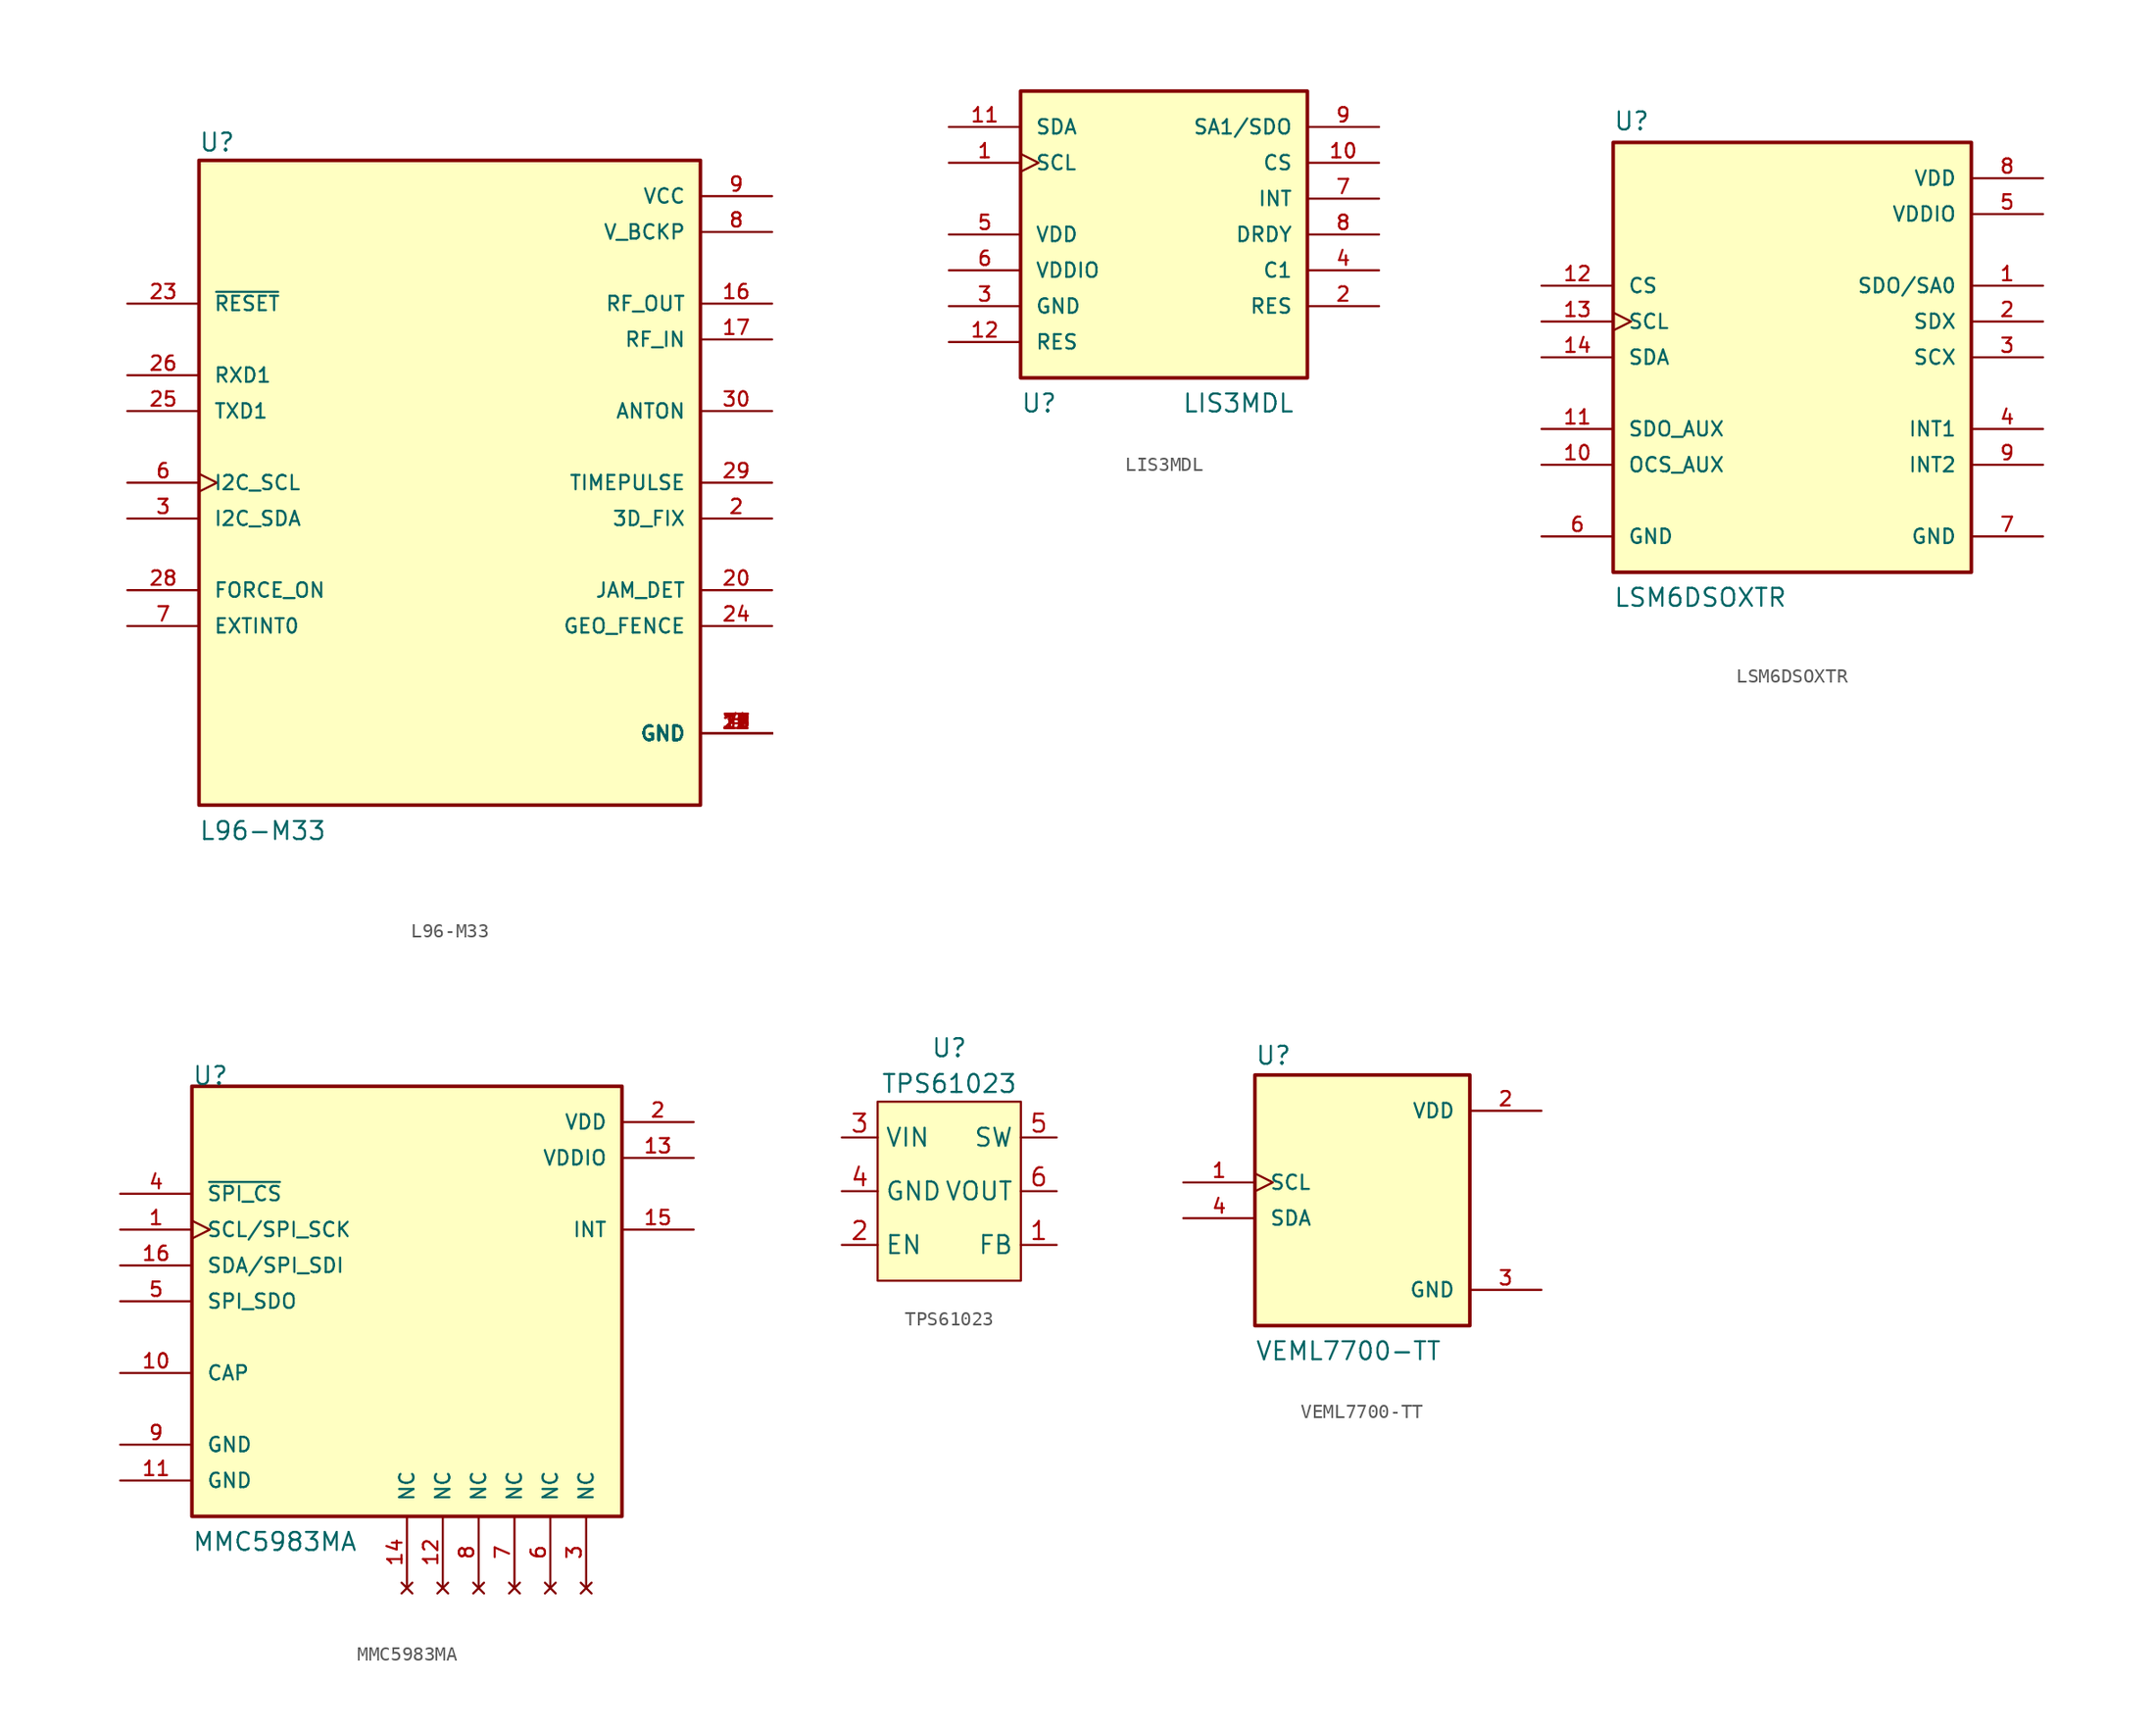
<source format=kicad_sym>
(kicad_symbol_lib
  (version 20211014)
  (generator kicad_symbol_editor)
  (symbol "L96-M33"
    (pin_names
      (offset 1.016))
    (property "Reference" "U"
      (at -17.805 23.393 0)
      (effects (font (size 1.27 1.27)) (justify left bottom)))
    (property "Value" "L96-M33"
      (at -17.805 -25.425 0)
      (effects (font (size 1.27 1.27)) (justify left bottom)))
    (symbol "L96-M33_0_0"
      (rectangle (start -17.78 -22.86) (end 17.78 22.86) (stroke (width 0.254) (type default) (color 0 0 0 0)) (fill (type background)))
      (pin power_in line (at 22.86 -17.78 180) (length 5.08) (name "GND" (effects (font (size 1.016 1.016)))) (number "10" (effects (font (size 1.016 1.016)))))
      (pin power_in line (at 22.86 -17.78 180) (length 5.08) (name "GND" (effects (font (size 1.016 1.016)))) (number "11" (effects (font (size 1.016 1.016)))))
      (pin power_in line (at 22.86 -17.78 180) (length 5.08) (name "GND" (effects (font (size 1.016 1.016)))) (number "12" (effects (font (size 1.016 1.016)))))
      (pin power_in line (at 22.86 -17.78 180) (length 5.08) (name "GND" (effects (font (size 1.016 1.016)))) (number "13" (effects (font (size 1.016 1.016)))))
      (pin power_in line (at 22.86 -17.78 180) (length 5.08) (name "GND" (effects (font (size 1.016 1.016)))) (number "14" (effects (font (size 1.016 1.016)))))
      (pin power_in line (at 22.86 -17.78 180) (length 5.08) (name "GND" (effects (font (size 1.016 1.016)))) (number "15" (effects (font (size 1.016 1.016)))))
      (pin output line (at 22.86 12.7 180) (length 5.08) (name "RF_OUT" (effects (font (size 1.016 1.016)))) (number "16" (effects (font (size 1.016 1.016)))))
      (pin input line (at 22.86 10.16 180) (length 5.08) (name "RF_IN" (effects (font (size 1.016 1.016)))) (number "17" (effects (font (size 1.016 1.016)))))
      (pin power_in line (at 22.86 -17.78 180) (length 5.08) (name "GND" (effects (font (size 1.016 1.016)))) (number "18" (effects (font (size 1.016 1.016)))))
      (pin power_in line (at 22.86 -17.78 180) (length 5.08) (name "GND" (effects (font (size 1.016 1.016)))) (number "19" (effects (font (size 1.016 1.016)))))
      (pin output line (at 22.86 -2.54 180) (length 5.08) (name "3D_FIX" (effects (font (size 1.016 1.016)))) (number "2" (effects (font (size 1.016 1.016)))))
      (pin output line (at 22.86 -7.62 180) (length 5.08) (name "JAM_DET" (effects (font (size 1.016 1.016)))) (number "20" (effects (font (size 1.016 1.016)))))
      (pin power_in line (at 22.86 -17.78 180) (length 5.08) (name "GND" (effects (font (size 1.016 1.016)))) (number "21" (effects (font (size 1.016 1.016)))))
      (pin power_in line (at 22.86 -17.78 180) (length 5.08) (name "GND" (effects (font (size 1.016 1.016)))) (number "22" (effects (font (size 1.016 1.016)))))
      (pin input line (at -22.86 12.7 0) (length 5.08) (name "~{RESET}" (effects (font (size 1.016 1.016)))) (number "23" (effects (font (size 1.016 1.016)))))
      (pin output line (at 22.86 -10.16 180) (length 5.08) (name "GEO_FENCE" (effects (font (size 1.016 1.016)))) (number "24" (effects (font (size 1.016 1.016)))))
      (pin output line (at -22.86 5.08 0) (length 5.08) (name "TXD1" (effects (font (size 1.016 1.016)))) (number "25" (effects (font (size 1.016 1.016)))))
      (pin input line (at -22.86 7.62 0) (length 5.08) (name "RXD1" (effects (font (size 1.016 1.016)))) (number "26" (effects (font (size 1.016 1.016)))))
      (pin power_in line (at 22.86 -17.78 180) (length 5.08) (name "GND" (effects (font (size 1.016 1.016)))) (number "27" (effects (font (size 1.016 1.016)))))
      (pin input line (at -22.86 -7.62 0) (length 5.08) (name "FORCE_ON" (effects (font (size 1.016 1.016)))) (number "28" (effects (font (size 1.016 1.016)))))
      (pin output line (at 22.86 0 180) (length 5.08) (name "TIMEPULSE" (effects (font (size 1.016 1.016)))) (number "29" (effects (font (size 1.016 1.016)))))
      (pin bidirectional line (at -22.86 -2.54 0) (length 5.08) (name "I2C_SDA" (effects (font (size 1.016 1.016)))) (number "3" (effects (font (size 1.016 1.016)))))
      (pin output line (at 22.86 5.08 180) (length 5.08) (name "ANTON" (effects (font (size 1.016 1.016)))) (number "30" (effects (font (size 1.016 1.016)))))
      (pin power_in line (at 22.86 -17.78 180) (length 5.08) (name "GND" (effects (font (size 1.016 1.016)))) (number "31" (effects (font (size 1.016 1.016)))))
      (pin power_in line (at 22.86 -17.78 180) (length 5.08) (name "GND" (effects (font (size 1.016 1.016)))) (number "4" (effects (font (size 1.016 1.016)))))
      (pin power_in line (at 22.86 -17.78 180) (length 5.08) (name "GND" (effects (font (size 1.016 1.016)))) (number "5" (effects (font (size 1.016 1.016)))))
      (pin bidirectional clock (at -22.86 0 0) (length 5.08) (name "I2C_SCL" (effects (font (size 1.016 1.016)))) (number "6" (effects (font (size 1.016 1.016)))))
      (pin input line (at -22.86 -10.16 0) (length 5.08) (name "EXTINT0" (effects (font (size 1.016 1.016)))) (number "7" (effects (font (size 1.016 1.016)))))
      (pin power_in line (at 22.86 17.78 180) (length 5.08) (name "V_BCKP" (effects (font (size 1.016 1.016)))) (number "8" (effects (font (size 1.016 1.016)))))
      (pin power_in line (at 22.86 20.32 180) (length 5.08) (name "VCC" (effects (font (size 1.016 1.016)))) (number "9" (effects (font (size 1.016 1.016)))))))
  (symbol "LIS3MDL"
    (pin_names
      (offset 1.016))
    (property "Reference" "U"
      (at -10.16 -12.7 0)
      (effects (font (size 1.27 1.27)) (justify left bottom)))
    (property "Value" "LIS3MDL"
      (at 1.27 -12.7 0)
      (effects (font (size 1.27 1.27)) (justify left bottom)))
    (symbol "LIS3MDL_0_0"
      (rectangle (start -10.16 10.16) (end 10.16 -10.16) (stroke (width 0.254) (type default) (color 0 0 0 0)) (fill (type background)))
      (pin input clock (at -15.24 5.08 0) (length 5.08) (name "SCL" (effects (font (size 1.016 1.016)))) (number "1" (effects (font (size 1.016 1.016)))))
      (pin input line (at 15.24 5.08 180) (length 5.08) (name "CS" (effects (font (size 1.016 1.016)))) (number "10" (effects (font (size 1.016 1.016)))))
      (pin bidirectional line (at -15.24 7.62 0) (length 5.08) (name "SDA" (effects (font (size 1.016 1.016)))) (number "11" (effects (font (size 1.016 1.016)))))
      (pin input line (at -15.24 -7.62 0) (length 5.08) (name "RES" (effects (font (size 1.016 1.016)))) (number "12" (effects (font (size 1.016 1.016)))))
      (pin input line (at 15.24 -5.08 180) (length 5.08) (name "RES" (effects (font (size 1.016 1.016)))) (number "2" (effects (font (size 1.016 1.016)))))
      (pin power_in line (at -15.24 -5.08 0) (length 5.08) (name "GND" (effects (font (size 1.016 1.016)))) (number "3" (effects (font (size 1.016 1.016)))))
      (pin power_in line (at 15.24 -2.54 180) (length 5.08) (name "C1" (effects (font (size 1.016 1.016)))) (number "4" (effects (font (size 1.016 1.016)))))
      (pin power_in line (at -15.24 0 0) (length 5.08) (name "VDD" (effects (font (size 1.016 1.016)))) (number "5" (effects (font (size 1.016 1.016)))))
      (pin power_in line (at -15.24 -2.54 0) (length 5.08) (name "VDDIO" (effects (font (size 1.016 1.016)))) (number "6" (effects (font (size 1.016 1.016)))))
      (pin output line (at 15.24 2.54 180) (length 5.08) (name "INT" (effects (font (size 1.016 1.016)))) (number "7" (effects (font (size 1.016 1.016)))))
      (pin output line (at 15.24 0 180) (length 5.08) (name "DRDY" (effects (font (size 1.016 1.016)))) (number "8" (effects (font (size 1.016 1.016)))))
      (pin output line (at 15.24 7.62 180) (length 5.08) (name "SA1/SDO" (effects (font (size 1.016 1.016)))) (number "9" (effects (font (size 1.016 1.016)))))))
  (symbol "LSM6DSOXTR"
    (pin_names
      (offset 1.016))
    (property "Reference" "U"
      (at -12.7 16.002 0)
      (effects (font (size 1.27 1.27)) (justify left bottom)))
    (property "Value" "LSM6DSOXTR"
      (at -12.7 -17.78 0)
      (effects (font (size 1.27 1.27)) (justify left bottom)))
    (symbol "LSM6DSOXTR_0_0"
      (rectangle (start -12.7 -15.24) (end 12.7 15.24) (stroke (width 0.254) (type default) (color 0 0 0 0)) (fill (type background)))
      (pin bidirectional line (at 17.78 5.08 180) (length 5.08) (name "SDO/SA0" (effects (font (size 1.016 1.016)))) (number "1" (effects (font (size 1.016 1.016)))))
      (pin bidirectional line (at -17.78 -7.62 0) (length 5.08) (name "OCS_AUX" (effects (font (size 1.016 1.016)))) (number "10" (effects (font (size 1.016 1.016)))))
      (pin bidirectional line (at -17.78 -5.08 0) (length 5.08) (name "SDO_AUX" (effects (font (size 1.016 1.016)))) (number "11" (effects (font (size 1.016 1.016)))))
      (pin input line (at -17.78 5.08 0) (length 5.08) (name "CS" (effects (font (size 1.016 1.016)))) (number "12" (effects (font (size 1.016 1.016)))))
      (pin input clock (at -17.78 2.54 0) (length 5.08) (name "SCL" (effects (font (size 1.016 1.016)))) (number "13" (effects (font (size 1.016 1.016)))))
      (pin bidirectional line (at -17.78 0 0) (length 5.08) (name "SDA" (effects (font (size 1.016 1.016)))) (number "14" (effects (font (size 1.016 1.016)))))
      (pin bidirectional line (at 17.78 2.54 180) (length 5.08) (name "SDX" (effects (font (size 1.016 1.016)))) (number "2" (effects (font (size 1.016 1.016)))))
      (pin bidirectional line (at 17.78 0 180) (length 5.08) (name "SCX" (effects (font (size 1.016 1.016)))) (number "3" (effects (font (size 1.016 1.016)))))
      (pin output line (at 17.78 -5.08 180) (length 5.08) (name "INT1" (effects (font (size 1.016 1.016)))) (number "4" (effects (font (size 1.016 1.016)))))
      (pin power_in line (at 17.78 10.16 180) (length 5.08) (name "VDDIO" (effects (font (size 1.016 1.016)))) (number "5" (effects (font (size 1.016 1.016)))))
      (pin power_in line (at -17.78 -12.7 0) (length 5.08) (name "GND" (effects (font (size 1.016 1.016)))) (number "6" (effects (font (size 1.016 1.016)))))
      (pin power_in line (at 17.78 -12.7 180) (length 5.08) (name "GND" (effects (font (size 1.016 1.016)))) (number "7" (effects (font (size 1.016 1.016)))))
      (pin power_in line (at 17.78 12.7 180) (length 5.08) (name "VDD" (effects (font (size 1.016 1.016)))) (number "8" (effects (font (size 1.016 1.016)))))
      (pin output line (at 17.78 -7.62 180) (length 5.08) (name "INT2" (effects (font (size 1.016 1.016)))) (number "9" (effects (font (size 1.016 1.016)))))))
  (symbol "MMC5983MA"
    (pin_names
      (offset 1.016))
    (property "Reference" "U"
      (at -15.24 15.24 0)
      (effects (font (size 1.27 1.27)) (justify left bottom)))
    (property "Value" "MMC5983MA"
      (at -15.24 -17.78 0)
      (effects (font (size 1.27 1.27)) (justify left bottom)))
    (symbol "MMC5983MA_0_0"
      (rectangle (start -15.24 -15.24) (end 15.24 15.24) (stroke (width 0.254) (type default) (color 0 0 0 0)) (fill (type background)))
      (pin input clock (at -20.32 5.08 0) (length 5.08) (name "SCL/SPI_SCK" (effects (font (size 1.016 1.016)))) (number "1" (effects (font (size 1.016 1.016)))))
      (pin passive line (at -20.32 -5.08 0) (length 5.08) (name "CAP" (effects (font (size 1.016 1.016)))) (number "10" (effects (font (size 1.016 1.016)))))
      (pin power_in line (at -20.32 -12.7 0) (length 5.08) (name "GND" (effects (font (size 1.016 1.016)))) (number "11" (effects (font (size 1.016 1.016)))))
      (pin no_connect line (at 2.54 -20.32 90) (length 5.08) (name "NC" (effects (font (size 1.016 1.016)))) (number "12" (effects (font (size 1.016 1.016)))))
      (pin power_in line (at 20.32 10.16 180) (length 5.08) (name "VDDIO" (effects (font (size 1.016 1.016)))) (number "13" (effects (font (size 1.016 1.016)))))
      (pin no_connect line (at 0 -20.32 90) (length 5.08) (name "NC" (effects (font (size 1.016 1.016)))) (number "14" (effects (font (size 1.016 1.016)))))
      (pin output line (at 20.32 5.08 180) (length 5.08) (name "INT" (effects (font (size 1.016 1.016)))) (number "15" (effects (font (size 1.016 1.016)))))
      (pin bidirectional line (at -20.32 2.54 0) (length 5.08) (name "SDA/SPI_SDI" (effects (font (size 1.016 1.016)))) (number "16" (effects (font (size 1.016 1.016)))))
      (pin power_in line (at 20.32 12.7 180) (length 5.08) (name "VDD" (effects (font (size 1.016 1.016)))) (number "2" (effects (font (size 1.016 1.016)))))
      (pin no_connect line (at 12.7 -20.32 90) (length 5.08) (name "NC" (effects (font (size 1.016 1.016)))) (number "3" (effects (font (size 1.016 1.016)))))
      (pin input line (at -20.32 7.62 0) (length 5.08) (name "~{SPI_CS}" (effects (font (size 1.016 1.016)))) (number "4" (effects (font (size 1.016 1.016)))))
      (pin output line (at -20.32 0 0) (length 5.08) (name "SPI_SDO" (effects (font (size 1.016 1.016)))) (number "5" (effects (font (size 1.016 1.016)))))
      (pin no_connect line (at 10.16 -20.32 90) (length 5.08) (name "NC" (effects (font (size 1.016 1.016)))) (number "6" (effects (font (size 1.016 1.016)))))
      (pin no_connect line (at 7.62 -20.32 90) (length 5.08) (name "NC" (effects (font (size 1.016 1.016)))) (number "7" (effects (font (size 1.016 1.016)))))
      (pin no_connect line (at 5.08 -20.32 90) (length 5.08) (name "NC" (effects (font (size 1.016 1.016)))) (number "8" (effects (font (size 1.016 1.016)))))
      (pin power_in line (at -20.32 -10.16 0) (length 5.08) (name "GND" (effects (font (size 1.016 1.016)))) (number "9" (effects (font (size 1.016 1.016)))))))
  (symbol "TPS61023"
    (property "Reference" "U"
      (at 0 3.81 0)
      (effects (font (size 1.27 1.27))))
    (property "Value" "TPS61023"
      (at 0 1.27 0)
      (effects (font (size 1.27 1.27))))
    (symbol "TPS61023_0_1"
      (rectangle (start -5.08 0) (end 5.08 -12.7) (stroke (width 0) (type default) (color 0 0 0 0)) (fill (type background))))
    (symbol "TPS61023_1_1"
      (pin power_in line (at 7.62 -10.16 180) (length 2.54) (name "FB" (effects (font (size 1.27 1.27)))) (number "1" (effects (font (size 1.27 1.27)))))
      (pin input line (at -7.62 -10.16 0) (length 2.54) (name "EN" (effects (font (size 1.27 1.27)))) (number "2" (effects (font (size 1.27 1.27)))))
      (pin power_in line (at -7.62 -2.54 0) (length 2.54) (name "VIN" (effects (font (size 1.27 1.27)))) (number "3" (effects (font (size 1.27 1.27)))))
      (pin power_in line (at -7.62 -6.35 0) (length 2.54) (name "GND" (effects (font (size 1.27 1.27)))) (number "4" (effects (font (size 1.27 1.27)))))
      (pin power_out line (at 7.62 -2.54 180) (length 2.54) (name "SW" (effects (font (size 1.27 1.27)))) (number "5" (effects (font (size 1.27 1.27)))))
      (pin power_out line (at 7.62 -6.35 180) (length 2.54) (name "VOUT" (effects (font (size 1.27 1.27)))) (number "6" (effects (font (size 1.27 1.27)))))))
  (symbol "VEML7700-TT"
    (pin_names
      (offset 1.016))
    (property "Reference" "U"
      (at -7.62 10.795 0)
      (effects (font (size 1.27 1.27)) (justify left bottom)))
    (property "Value" "VEML7700-TT"
      (at -7.62 -10.16 0)
      (effects (font (size 1.27 1.27)) (justify left bottom)))
    (symbol "VEML7700-TT_0_0"
      (rectangle (start -7.62 -7.62) (end 7.62 10.16) (stroke (width 0.254) (type default) (color 0 0 0 0)) (fill (type background)))
      (pin input clock (at -12.7 2.54 0) (length 5.08) (name "SCL" (effects (font (size 1.016 1.016)))) (number "1" (effects (font (size 1.016 1.016)))))
      (pin power_in line (at 12.7 7.62 180) (length 5.08) (name "VDD" (effects (font (size 1.016 1.016)))) (number "2" (effects (font (size 1.016 1.016)))))
      (pin power_in line (at 12.7 -5.08 180) (length 5.08) (name "GND" (effects (font (size 1.016 1.016)))) (number "3" (effects (font (size 1.016 1.016)))))
      (pin bidirectional line (at -12.7 0 0) (length 5.08) (name "SDA" (effects (font (size 1.016 1.016)))) (number "4" (effects (font (size 1.016 1.016))))))))
</source>
